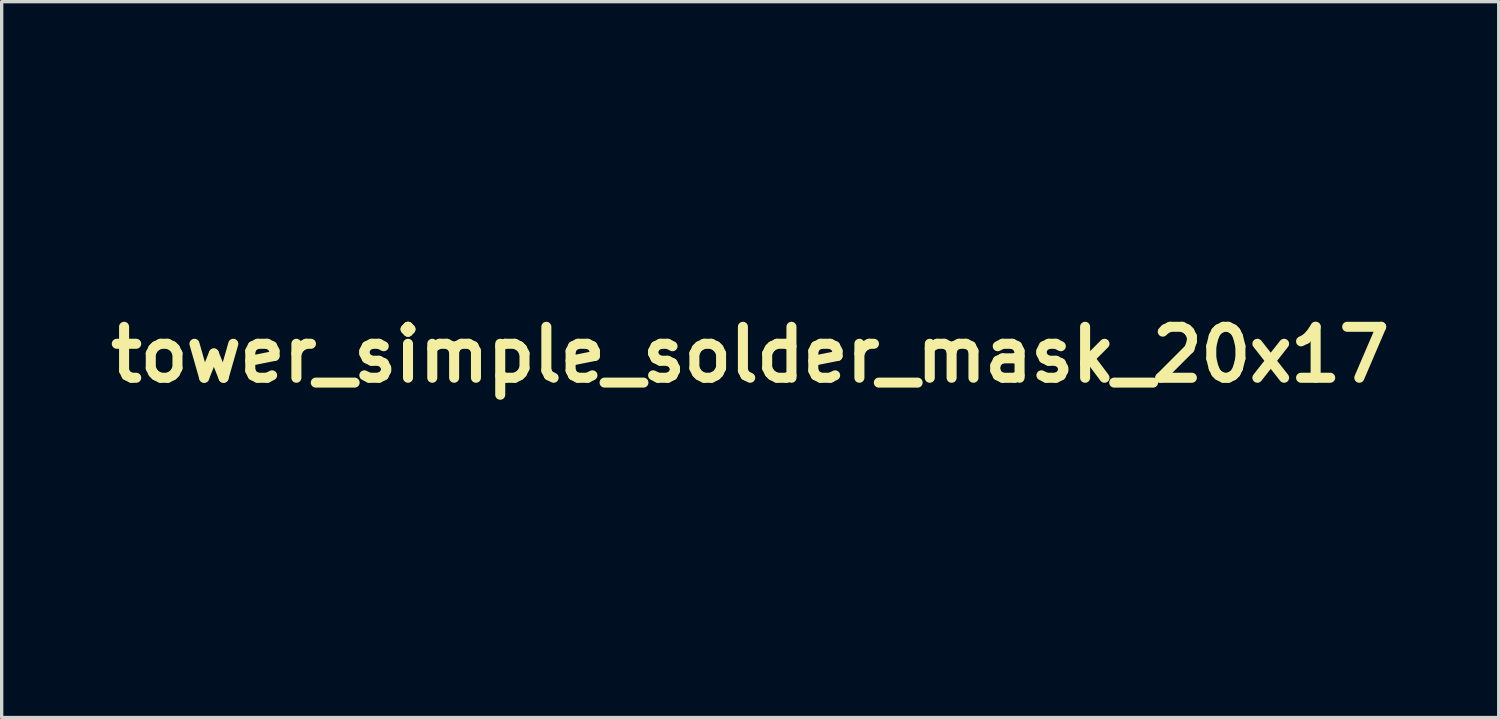
<source format=kicad_pcb>
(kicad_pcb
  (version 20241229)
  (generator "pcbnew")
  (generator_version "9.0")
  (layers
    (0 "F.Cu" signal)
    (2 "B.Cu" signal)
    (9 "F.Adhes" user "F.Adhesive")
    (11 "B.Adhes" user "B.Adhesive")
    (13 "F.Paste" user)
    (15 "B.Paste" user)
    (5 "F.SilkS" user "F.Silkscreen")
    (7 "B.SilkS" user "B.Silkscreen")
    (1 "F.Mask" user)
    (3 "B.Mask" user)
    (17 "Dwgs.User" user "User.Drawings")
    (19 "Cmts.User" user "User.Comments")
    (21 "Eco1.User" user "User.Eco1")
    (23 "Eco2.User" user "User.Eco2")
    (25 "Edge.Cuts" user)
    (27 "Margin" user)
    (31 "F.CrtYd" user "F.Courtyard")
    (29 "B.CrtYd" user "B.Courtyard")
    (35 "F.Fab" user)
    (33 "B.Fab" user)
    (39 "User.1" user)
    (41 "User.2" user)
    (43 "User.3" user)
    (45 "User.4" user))
  (footprint "tower_simple_solder_mask_20x17"
    (layer "F.Cu")
    (at 19.384 7.557)
    (property "Reference" "tower_simple_solder_mask_20x17" (at 0 0 0) (layer "F.SilkS") (effects (font (size 1.524 1.524) (thickness 0.3))))
    (attr board_only exclude_from_pos_files exclude_from_bom)
    (fp_poly (pts (xy -7.362 6.575) (xy -7.867 6.575) (xy -7.867 3.091) (xy -7.362 3.091)) (stroke (width 0) (type solid)) (fill yes) (layer "F.Mask"))
    (fp_poly (pts (xy -6.462 6.575) (xy -6.912 6.575) (xy -6.912 3.877) (xy -6.462 3.877)) (stroke (width 0) (type solid)) (fill yes) (layer "F.Mask"))
    (fp_poly (pts (xy -5.507 6.575) (xy -6.013 6.575) (xy -6.013 3.091) (xy -5.507 3.091)) (stroke (width 0) (type solid)) (fill yes) (layer "F.Mask"))
    (fp_poly (pts (xy 0.369 -7.19) (xy 0.442 -7.076) (xy 0.431 -6.958) (xy 0.358 -6.867) (xy 0.243 -6.835) (xy 0.153 -6.863) (xy 0.069 -6.962) (xy 0.072 -7.085) (xy 0.16 -7.188) (xy 0.172 -7.195) (xy 0.292 -7.227)) (stroke (width 0) (type solid)) (fill yes) (layer "F.Mask"))
    (fp_poly (pts (xy -6.515 3.019) (xy -6.421 3.136) (xy -6.406 3.231) (xy -6.452 3.386) (xy -6.582 3.471) (xy -6.687 3.484) (xy -6.824 3.46) (xy -6.901 3.417) (xy -6.961 3.288) (xy -6.952 3.136) (xy -6.901 3.046) (xy -6.796 2.994) (xy -6.687 2.978)) (stroke (width 0) (type solid)) (fill yes) (layer "F.Mask"))
    (fp_poly (pts (xy 0.436 -1.748) (xy 0.575 -1.615) (xy 0.636 -1.43) (xy 0.637 -1.405) (xy 0.591 -1.218) (xy 0.473 -1.085) (xy 0.313 -1.02) (xy 0.139 -1.035) (xy 0 -1.124) (xy -0.093 -1.282) (xy -0.103 -1.46) (xy -0.042 -1.626) (xy 0.078 -1.75) (xy 0.245 -1.798) (xy 0.247 -1.798)) (stroke (width 0) (type solid)) (fill yes) (layer "F.Mask"))
    (fp_poly (pts (xy -0.461 4.107) (xy -0.456 4.239) (xy -0.489 4.29) (xy -0.586 4.287) (xy -0.613 4.284) (xy -0.834 4.301) (xy -1.066 4.398) (xy -1.272 4.555) (xy -1.395 4.714) (xy -1.443 4.811) (xy -1.477 4.913) (xy -1.499 5.042) (xy -1.511 5.222) (xy -1.516 5.473) (xy -1.517 5.754) (xy -1.517 6.575) (xy -1.967 6.575) (xy -1.967 3.934) (xy -1.742 3.934) (xy -1.597 3.941) (xy -1.533 3.977) (xy -1.517 4.062) (xy -1.517 4.077) (xy -1.517 4.22) (xy -1.312 4.064) (xy -1.158 3.966) (xy -0.999 3.919) (xy -0.792 3.907) (xy -0.478 3.906)) (stroke (width 0) (type solid)) (fill yes) (layer "F.Mask"))
    (fp_poly (pts (xy 2.304 6.575) (xy 2.051 6.575) (xy 1.895 6.569) (xy 1.821 6.541) (xy 1.799 6.472) (xy 1.798 6.432) (xy 1.798 6.289) (xy 1.559 6.429) (xy 1.26 6.55) (xy 0.919 6.603) (xy 0.589 6.582) (xy 0.546 6.572) (xy 0.176 6.431) (xy -0.113 6.214) (xy -0.317 5.924) (xy -0.433 5.567) (xy -0.448 5.39) (xy 0.007 5.39) (xy 0.089 5.683) (xy 0.251 5.932) (xy 0.393 6.055) (xy 0.62 6.151) (xy 0.894 6.185) (xy 1.17 6.156) (xy 1.391 6.069) (xy 1.614 5.879) (xy 1.748 5.627) (xy 1.797 5.307) (xy 1.798 5.265) (xy 1.756 4.919) (xy 1.63 4.647) (xy 1.418 4.446) (xy 1.166 4.329) (xy 0.88 4.293) (xy 0.596 4.354) (xy 0.342 4.499) (xy 0.146 4.717) (xy 0.111 4.78) (xy 0.013 5.08) (xy 0.007 5.39) (xy -0.448 5.39) (xy -0.46 5.259) (xy -0.416 4.858) (xy -0.281 4.517) (xy -0.123 4.308) (xy 0.148 4.094) (xy 0.472 3.953) (xy 0.82 3.89) (xy 1.167 3.907) (xy 1.483 4.009) (xy 1.598 4.075) (xy 1.798 4.211) (xy 1.798 3.147) (xy 2.304 3.147)) (stroke (width 0) (type solid)) (fill yes) (layer "F.Mask"))
    (fp_poly (pts (xy -3.498 3.912) (xy -3.144 4.008) (xy -2.825 4.193) (xy -2.795 4.218) (xy -2.553 4.485) (xy -2.4 4.798) (xy -2.333 5.138) (xy -2.351 5.483) (xy -2.451 5.814) (xy -2.631 6.11) (xy -2.889 6.352) (xy -3.035 6.44) (xy -3.328 6.547) (xy -3.665 6.601) (xy -3.991 6.596) (xy -4.118 6.573) (xy -4.306 6.514) (xy -4.477 6.444) (xy -4.488 6.438) (xy -4.693 6.29) (xy -4.89 6.076) (xy -5.046 5.837) (xy -5.117 5.665) (xy -5.155 5.412) (xy -5.154 5.314) (xy -4.701 5.314) (xy -4.638 5.607) (xy -4.495 5.863) (xy -4.281 6.057) (xy -4.191 6.105) (xy -3.974 6.161) (xy -3.71 6.17) (xy -3.444 6.135) (xy -3.224 6.061) (xy -3.165 6.026) (xy -2.965 5.816) (xy -2.845 5.532) (xy -2.81 5.217) (xy -2.858 4.895) (xy -2.997 4.634) (xy -3.215 4.443) (xy -3.502 4.334) (xy -3.737 4.311) (xy -4.073 4.358) (xy -4.345 4.495) (xy -4.548 4.72) (xy -4.671 5.011) (xy -4.701 5.314) (xy -5.154 5.314) (xy -5.152 5.124) (xy -5.113 4.847) (xy -5.041 4.631) (xy -5.041 4.63) (xy -4.831 4.339) (xy -4.551 4.118) (xy -4.222 3.971) (xy -3.864 3.901)) (stroke (width 0) (type solid)) (fill yes) (layer "F.Mask"))
    (fp_poly (pts (xy 4.337 3.924) (xy 4.554 3.97) (xy 4.734 4.062) (xy 4.875 4.175) (xy 5.001 4.29) (xy 5.001 4.112) (xy 5.009 3.998) (xy 5.055 3.947) (xy 5.171 3.934) (xy 5.226 3.934) (xy 5.451 3.934) (xy 5.451 6.575) (xy 5.226 6.575) (xy 5.082 6.568) (xy 5.018 6.532) (xy 5.002 6.441) (xy 5.001 6.401) (xy 5.001 6.228) (xy 4.834 6.368) (xy 4.677 6.465) (xy 4.472 6.546) (xy 4.382 6.57) (xy 4.172 6.61) (xy 4.014 6.621) (xy 3.85 6.605) (xy 3.709 6.578) (xy 3.358 6.456) (xy 3.07 6.254) (xy 2.851 5.989) (xy 2.707 5.677) (xy 2.643 5.335) (xy 2.65 5.232) (xy 3.091 5.232) (xy 3.135 5.475) (xy 3.25 5.73) (xy 3.413 5.95) (xy 3.535 6.055) (xy 3.773 6.155) (xy 4.053 6.187) (xy 4.332 6.152) (xy 4.552 6.055) (xy 4.795 5.842) (xy 4.938 5.594) (xy 4.986 5.38) (xy 4.972 5.05) (xy 4.858 4.76) (xy 4.657 4.525) (xy 4.379 4.363) (xy 4.267 4.326) (xy 3.961 4.297) (xy 3.675 4.365) (xy 3.426 4.517) (xy 3.234 4.737) (xy 3.117 5.011) (xy 3.091 5.232) (xy 2.65 5.232) (xy 2.666 4.981) (xy 2.78 4.629) (xy 2.949 4.352) (xy 3.186 4.133) (xy 3.502 3.987) (xy 3.89 3.917) (xy 4.046 3.912)) (stroke (width 0) (type solid)) (fill yes) (layer "F.Mask"))
    (fp_poly (pts (xy 7.469 3.915) (xy 7.785 4.04) (xy 7.922 4.137) (xy 8.092 4.281) (xy 8.092 4.107) (xy 8.1 3.997) (xy 8.146 3.947) (xy 8.262 3.934) (xy 8.32 3.934) (xy 8.548 3.934) (xy 8.531 5.525) (xy 8.513 7.117) (xy 8.363 7.345) (xy 8.141 7.585) (xy 7.843 7.747) (xy 7.464 7.835) (xy 7.249 7.851) (xy 6.975 7.847) (xy 6.724 7.819) (xy 6.587 7.787) (xy 6.302 7.671) (xy 6.109 7.529) (xy 5.987 7.348) (xy 5.98 7.331) (xy 5.918 7.162) (xy 5.917 7.069) (xy 5.989 7.031) (xy 6.116 7.024) (xy 6.276 7.042) (xy 6.371 7.108) (xy 6.403 7.159) (xy 6.528 7.301) (xy 6.732 7.396) (xy 7.028 7.451) (xy 7.081 7.456) (xy 7.396 7.439) (xy 7.675 7.34) (xy 7.893 7.171) (xy 7.994 7.024) (xy 8.039 6.892) (xy 8.072 6.718) (xy 8.091 6.533) (xy 8.094 6.371) (xy 8.078 6.263) (xy 8.054 6.238) (xy 7.989 6.272) (xy 7.894 6.351) (xy 7.709 6.462) (xy 7.453 6.534) (xy 7.161 6.559) (xy 6.87 6.533) (xy 6.837 6.526) (xy 6.487 6.408) (xy 6.208 6.22) (xy 5.989 5.967) (xy 5.889 5.805) (xy 5.833 5.642) (xy 5.804 5.43) (xy 5.798 5.34) (xy 5.799 5.327) (xy 6.246 5.327) (xy 6.312 5.588) (xy 6.448 5.82) (xy 6.646 6.004) (xy 6.899 6.122) (xy 7.197 6.156) (xy 7.277 6.149) (xy 7.463 6.105) (xy 7.624 6.032) (xy 7.642 6.02) (xy 7.875 5.789) (xy 8.019 5.509) (xy 8.07 5.202) (xy 8.02 4.892) (xy 7.989 4.812) (xy 7.823 4.562) (xy 7.596 4.391) (xy 7.329 4.303) (xy 7.045 4.304) (xy 6.766 4.396) (xy 6.554 4.544) (xy 6.359 4.787) (xy 6.259 5.054) (xy 6.246 5.327) (xy 5.799 5.327) (xy 5.822 4.934) (xy 5.941 4.582) (xy 6.148 4.293) (xy 6.439 4.074) (xy 6.722 3.957) (xy 7.11 3.887)) (stroke (width 0) (type solid)) (fill yes) (layer "F.Mask"))
    (fp_poly (pts (xy 0.78 -7.537) (xy 1.328 -7.46) (xy 1.489 -7.423) (xy 2.211 -7.184) (xy 2.879 -6.851) (xy 3.486 -6.434) (xy 4.024 -5.939) (xy 4.486 -5.374) (xy 4.864 -4.748) (xy 5.151 -4.067) (xy 5.311 -3.48) (xy 5.358 -3.162) (xy 5.384 -2.774) (xy 5.391 -2.353) (xy 5.377 -1.941) (xy 5.343 -1.574) (xy 5.311 -1.384) (xy 5.101 -0.656) (xy 4.793 0.024) (xy 4.393 0.646) (xy 3.908 1.203) (xy 3.346 1.687) (xy 2.712 2.09) (xy 2.321 2.279) (xy 1.883 2.47) (xy 1.865 2.275) (xy 1.848 2.079) (xy 0.731 2.079) (xy 0.731 2.416) (xy -0.225 2.416) (xy -0.225 2.079) (xy -1.286 2.079) (xy -1.303 2.268) (xy -1.321 2.457) (xy -1.519 2.388) (xy -2.007 2.175) (xy -2.508 1.882) (xy -2.698 1.742) (xy -1.435 1.742) (xy -0.238 1.742) (xy -0.168 1.571) (xy -0.056 1.397) (xy 0.112 1.31) (xy 0.28 1.292) (xy 0.438 1.332) (xy 0.591 1.429) (xy 0.7 1.555) (xy 0.731 1.655) (xy 0.746 1.693) (xy 0.805 1.718) (xy 0.924 1.733) (xy 1.121 1.74) (xy 1.388 1.742) (xy 1.674 1.74) (xy 1.861 1.731) (xy 1.962 1.715) (xy 1.989 1.691) (xy 1.978 1.675) (xy 1.941 1.583) (xy 1.917 1.413) (xy 1.911 1.244) (xy 1.902 1.023) (xy 1.87 0.871) (xy 1.803 0.743) (xy 1.767 0.694) (xy 1.624 0.506) (xy 0.264 0.51) (xy -1.096 0.514) (xy -1.244 0.692) (xy -1.323 0.805) (xy -1.371 0.929) (xy -1.399 1.101) (xy -1.413 1.307) (xy -1.435 1.742) (xy -2.698 1.742) (xy -2.988 1.529) (xy -3.375 1.177) (xy -3.861 0.608) (xy -4.145 0.159) (xy -0.899 0.159) (xy -0.881 0.266) (xy -0.862 0.3) (xy -0.796 0.311) (xy -0.636 0.321) (xy -0.399 0.329) (xy -0.103 0.335) (xy 0.235 0.337) (xy 0.29 0.337) (xy 1.405 0.337) (xy 1.405 0.056) (xy 0.253 0.056) (xy -0.135 0.057) (xy -0.425 0.059) (xy -0.63 0.065) (xy -0.766 0.076) (xy -0.847 0.092) (xy -0.886 0.115) (xy -0.899 0.147) (xy -0.899 0.159) (xy -4.145 0.159) (xy -4.251 -0.009) (xy -4.323 -0.169) (xy -0.907 -0.169) (xy 1.405 -0.169) (xy 1.405 -0.452) (xy 0.267 -0.437) (xy -0.117 -0.431) (xy -0.404 -0.425) (xy -0.607 -0.417) (xy -0.742 -0.406) (xy -0.823 -0.388) (xy -0.866 -0.363) (xy -0.883 -0.328) (xy -0.889 -0.295) (xy -0.907 -0.169) (xy -4.323 -0.169) (xy -4.543 -0.66) (xy -0.953 -0.66) (xy -0.9 -0.648) (xy -0.751 -0.637) (xy -0.522 -0.628) (xy -0.229 -0.622) (xy 0.112 -0.618) (xy 0.259 -0.618) (xy 1.474 -0.618) (xy 1.431 -0.745) (xy 1.41 -0.852) (xy 1.387 -1.042) (xy 1.366 -1.284) (xy 1.354 -1.461) (xy 1.336 -1.733) (xy 1.314 -1.925) (xy 1.278 -2.072) (xy 1.219 -2.205) (xy 1.131 -2.359) (xy 1.113 -2.388) (xy 0.995 -2.603) (xy 0.896 -2.823) (xy 0.844 -2.978) (xy 0.823 -3.098) (xy 0.791 -3.313) (xy 0.751 -3.607) (xy 0.705 -3.962) (xy 0.655 -4.364) (xy 0.604 -4.794) (xy 0.59 -4.911) (xy 0.397 -6.591) (xy 0.536 -6.756) (xy 0.648 -6.929) (xy 0.661 -7.082) (xy 0.576 -7.246) (xy 0.558 -7.27) (xy 0.399 -7.394) (xy 0.214 -7.421) (xy 0.036 -7.353) (xy -0.055 -7.266) (xy -0.141 -7.081) (xy -0.114 -6.889) (xy 0.011 -6.705) (xy 0.125 -6.582) (xy -0.053 -5.019) (xy -0.116 -4.469) (xy -0.17 -4.019) (xy -0.216 -3.654) (xy -0.259 -3.362) (xy -0.299 -3.131) (xy -0.339 -2.948) (xy -0.383 -2.799) (xy -0.433 -2.672) (xy -0.491 -2.553) (xy -0.56 -2.431) (xy -0.57 -2.413) (xy -0.672 -2.234) (xy -0.736 -2.095) (xy -0.77 -1.956) (xy -0.785 -1.783) (xy -0.789 -1.537) (xy -0.789 -1.514) (xy -0.801 -1.17) (xy -0.836 -0.937) (xy -0.871 -0.843) (xy -0.93 -0.727) (xy -0.953 -0.66) (xy -4.543 -0.66) (xy -4.545 -0.664) (xy -4.742 -1.345) (xy -4.843 -2.043) (xy -4.847 -2.748) (xy -4.755 -3.447) (xy -4.565 -4.132) (xy -4.279 -4.792) (xy -3.895 -5.416) (xy -3.463 -5.942) (xy -2.914 -6.447) (xy -2.296 -6.869) (xy -1.623 -7.2) (xy -0.924 -7.426) (xy -0.39 -7.52) (xy 0.193 -7.557)) (stroke (width 0) (type solid)) (fill yes) (layer "F.Mask")))
  (gr_rect
    (start -3 -3)
    (end 41.768 18.408)
    (stroke (width 0.1) (type default))
    (fill no)
    (layer "Edge.Cuts")))
</source>
